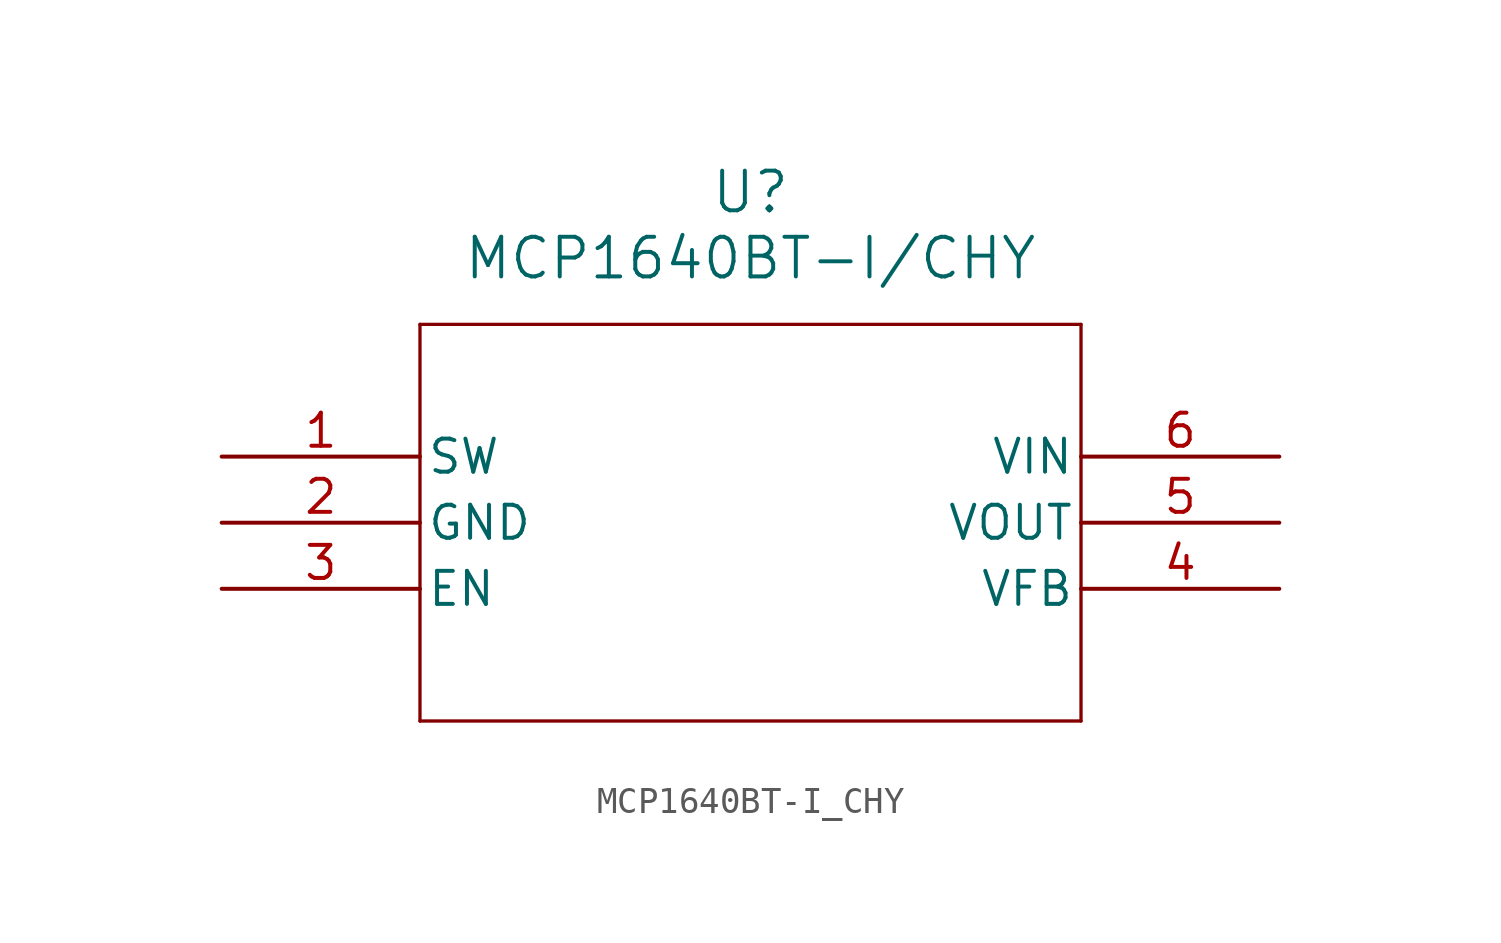
<source format=kicad_sym>
(kicad_symbol_lib
  (version 20211014)
  (generator kicad_symbol_editor)
  (symbol "MCP1640BT-I_CHY"
    (pin_names
      (offset 0.254))
    (property "Reference" "U"
      (at 20.32 10.16 0)
      (effects (font (size 1.524 1.524))))
    (property "Value" "MCP1640BT-I/CHY"
      (at 20.32 7.62 0)
      (effects (font (size 1.524 1.524))))
    (symbol "MCP1640BT-I_CHY_0_1"
      (polyline (pts (xy 7.62 5.08) (xy 7.62 -10.16)) (stroke (width 0.127) (type default) (color 0 0 0 0)) (fill (type none)))
      (polyline (pts (xy 7.62 -10.16) (xy 33.02 -10.16)) (stroke (width 0.127) (type default) (color 0 0 0 0)) (fill (type none)))
      (polyline (pts (xy 33.02 -10.16) (xy 33.02 5.08)) (stroke (width 0.127) (type default) (color 0 0 0 0)) (fill (type none)))
      (polyline (pts (xy 33.02 5.08) (xy 7.62 5.08)) (stroke (width 0.127) (type default) (color 0 0 0 0)) (fill (type none)))
      (pin input line (at 0 0 0) (length 7.62) (name "SW" (effects (font (size 1.27 1.27)))) (number "1" (effects (font (size 1.27 1.27)))))
      (pin power_in line (at 0 -2.54 0) (length 7.62) (name "GND" (effects (font (size 1.27 1.27)))) (number "2" (effects (font (size 1.27 1.27)))))
      (pin input line (at 0 -5.08 0) (length 7.62) (name "EN" (effects (font (size 1.27 1.27)))) (number "3" (effects (font (size 1.27 1.27)))))
      (pin unspecified line (at 40.64 -5.08 180) (length 7.62) (name "VFB" (effects (font (size 1.27 1.27)))) (number "4" (effects (font (size 1.27 1.27)))))
      (pin output line (at 40.64 -2.54 180) (length 7.62) (name "VOUT" (effects (font (size 1.27 1.27)))) (number "5" (effects (font (size 1.27 1.27)))))
      (pin input line (at 40.64 0 180) (length 7.62) (name "VIN" (effects (font (size 1.27 1.27)))) (number "6" (effects (font (size 1.27 1.27))))))))
</source>
